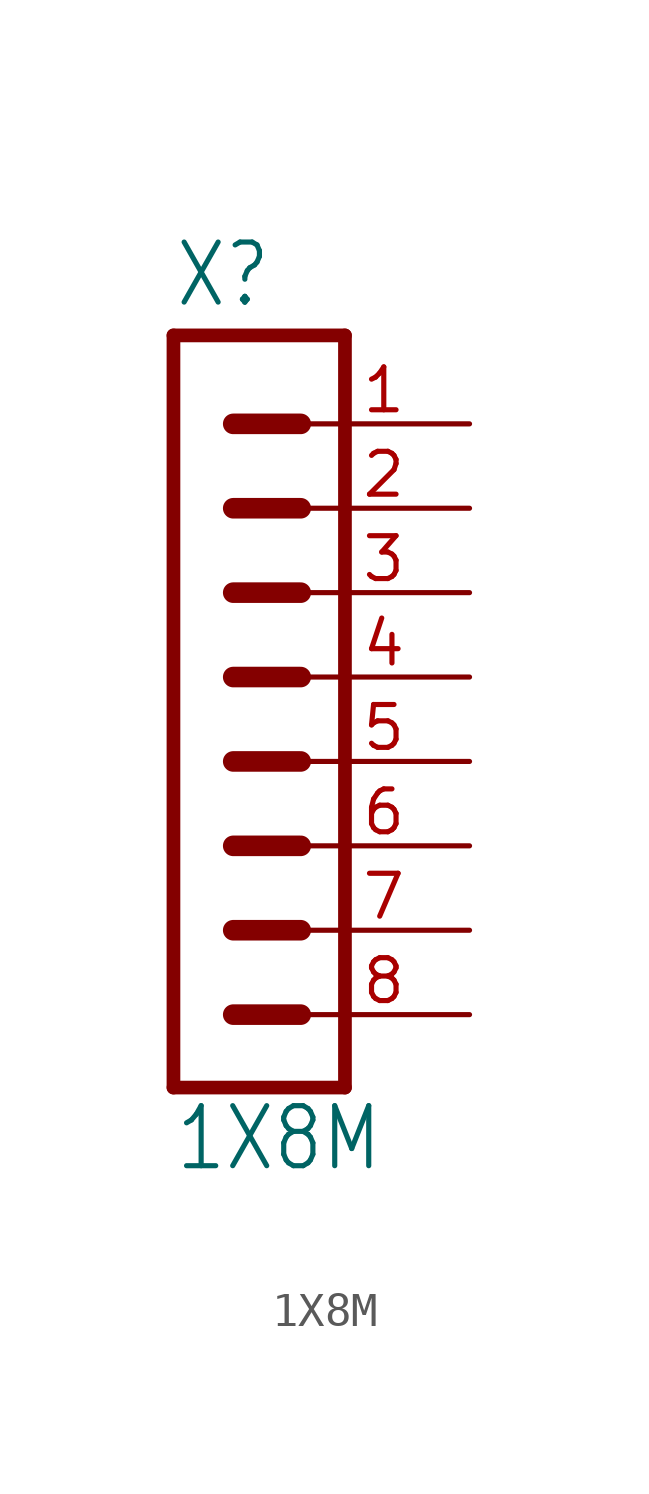
<source format=kicad_sym>
(kicad_symbol_lib
  (version 20211014)
  (generator kicad_symbol_editor)
  (symbol "1X8M"
    (property "Reference" "X"
      (at -2.77 11.882 0)
      (effects (font (size 1.778 1.511)) (justify left bottom)))
    (property "Value" "1X8M"
      (at -2.77 -13.7 0)
      (effects (font (size 1.778 1.511)) (justify left bottom)))
    (property "ki_locked" ""
      (at 0 0 0)
      (effects (font (size 1.27 1.27))))
    (symbol "1X8M_1_0"
      (polyline (pts (xy -2.77 11.12) (xy -2.77 -11.16)) (stroke (width 0.406) (type default) (color 0 0 0 0)) (fill (type none)))
      (polyline (pts (xy -2.77 11.12) (xy 2.31 11.12)) (stroke (width 0.406) (type default) (color 0 0 0 0)) (fill (type none)))
      (polyline (pts (xy -1 -9) (xy 1 -9)) (stroke (width 0.61) (type default) (color 0 0 0 0)) (fill (type none)))
      (polyline (pts (xy -1 -6.5) (xy 1 -6.5)) (stroke (width 0.61) (type default) (color 0 0 0 0)) (fill (type none)))
      (polyline (pts (xy -1 -4) (xy 1 -4)) (stroke (width 0.61) (type default) (color 0 0 0 0)) (fill (type none)))
      (polyline (pts (xy -1 -1.5) (xy 1 -1.5)) (stroke (width 0.61) (type default) (color 0 0 0 0)) (fill (type none)))
      (polyline (pts (xy -1 1) (xy 1 1)) (stroke (width 0.61) (type default) (color 0 0 0 0)) (fill (type none)))
      (polyline (pts (xy -1 3.5) (xy 1 3.5)) (stroke (width 0.61) (type default) (color 0 0 0 0)) (fill (type none)))
      (polyline (pts (xy -1 6) (xy 1 6)) (stroke (width 0.61) (type default) (color 0 0 0 0)) (fill (type none)))
      (polyline (pts (xy -1 8.5) (xy 1 8.5)) (stroke (width 0.61) (type default) (color 0 0 0 0)) (fill (type none)))
      (polyline (pts (xy 2.31 -11.16) (xy -2.77 -11.16)) (stroke (width 0.406) (type default) (color 0 0 0 0)) (fill (type none)))
      (polyline (pts (xy 2.31 -11.16) (xy 2.31 11.12)) (stroke (width 0.406) (type default) (color 0 0 0 0)) (fill (type none)))
      (pin bidirectional line (at 6 8.5 180) (length 5.08) (name "1" (effects (font (size 0 0)))) (number "1" (effects (font (size 1.27 1.27)))))
      (pin bidirectional line (at 6 6 180) (length 5.08) (name "2" (effects (font (size 0 0)))) (number "2" (effects (font (size 1.27 1.27)))))
      (pin bidirectional line (at 6 3.5 180) (length 5.08) (name "3" (effects (font (size 0 0)))) (number "3" (effects (font (size 1.27 1.27)))))
      (pin bidirectional line (at 6 1 180) (length 5.08) (name "4" (effects (font (size 0 0)))) (number "4" (effects (font (size 1.27 1.27)))))
      (pin bidirectional line (at 6 -1.5 180) (length 5.08) (name "5" (effects (font (size 0 0)))) (number "5" (effects (font (size 1.27 1.27)))))
      (pin bidirectional line (at 6 -4 180) (length 5.08) (name "6" (effects (font (size 0 0)))) (number "6" (effects (font (size 1.27 1.27)))))
      (pin bidirectional line (at 6 -6.5 180) (length 5.08) (name "7" (effects (font (size 0 0)))) (number "7" (effects (font (size 1.27 1.27)))))
      (pin bidirectional line (at 6 -9 180) (length 5.08) (name "8" (effects (font (size 0 0)))) (number "8" (effects (font (size 1.27 1.27))))))))
</source>
